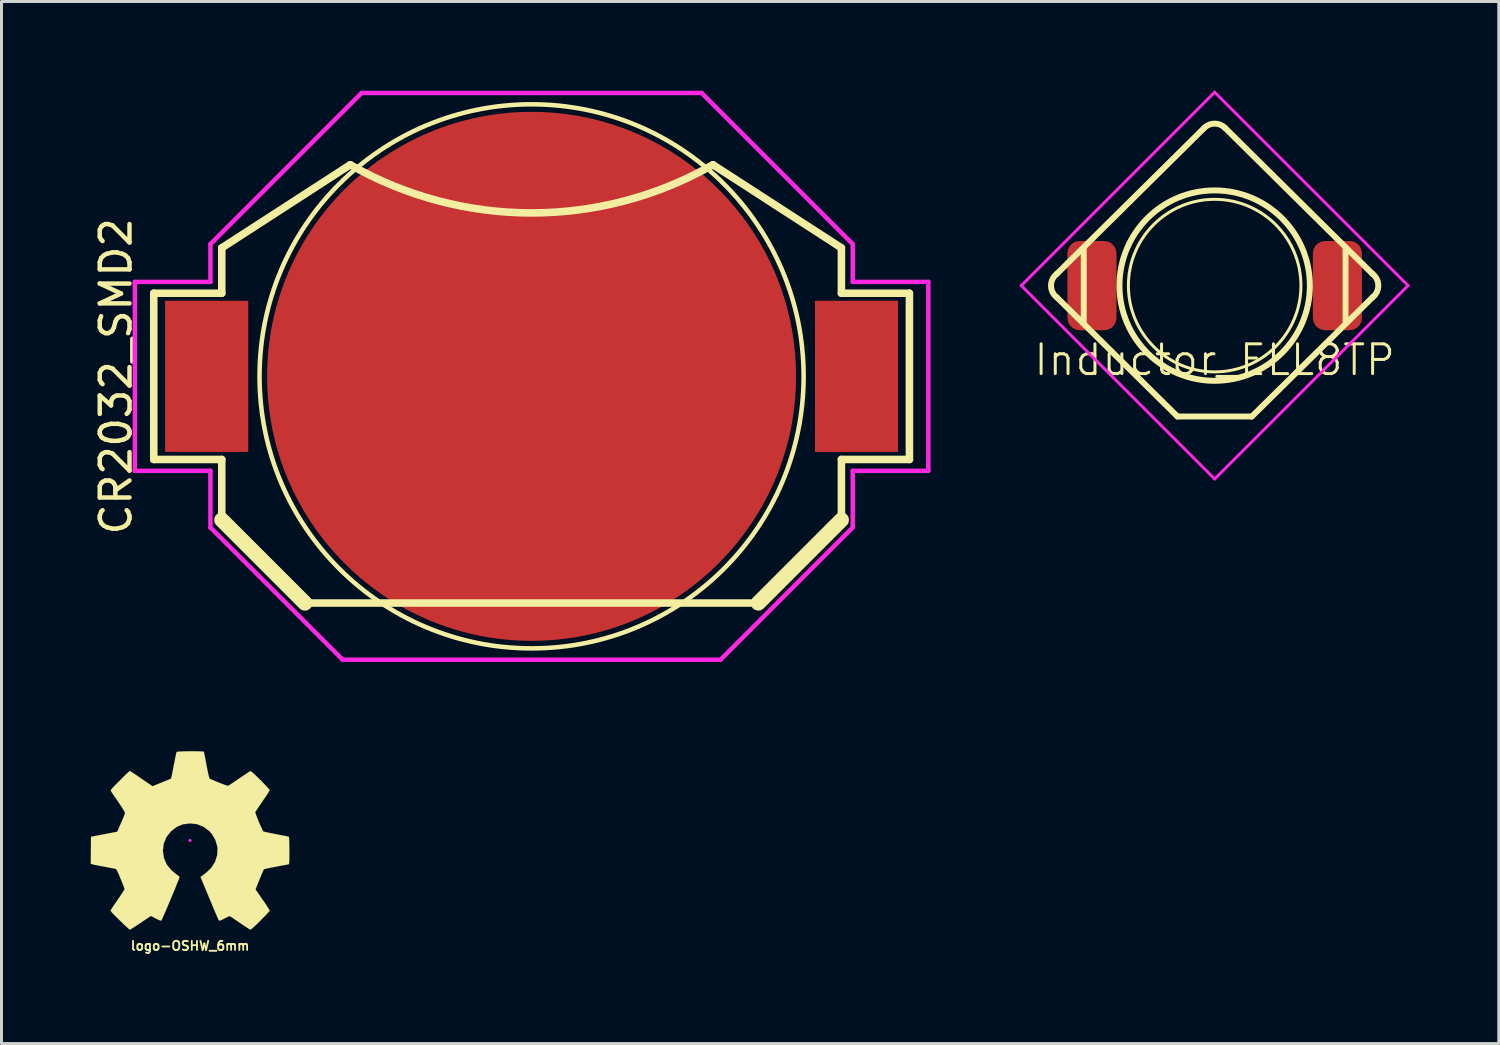
<source format=kicad_pcb>
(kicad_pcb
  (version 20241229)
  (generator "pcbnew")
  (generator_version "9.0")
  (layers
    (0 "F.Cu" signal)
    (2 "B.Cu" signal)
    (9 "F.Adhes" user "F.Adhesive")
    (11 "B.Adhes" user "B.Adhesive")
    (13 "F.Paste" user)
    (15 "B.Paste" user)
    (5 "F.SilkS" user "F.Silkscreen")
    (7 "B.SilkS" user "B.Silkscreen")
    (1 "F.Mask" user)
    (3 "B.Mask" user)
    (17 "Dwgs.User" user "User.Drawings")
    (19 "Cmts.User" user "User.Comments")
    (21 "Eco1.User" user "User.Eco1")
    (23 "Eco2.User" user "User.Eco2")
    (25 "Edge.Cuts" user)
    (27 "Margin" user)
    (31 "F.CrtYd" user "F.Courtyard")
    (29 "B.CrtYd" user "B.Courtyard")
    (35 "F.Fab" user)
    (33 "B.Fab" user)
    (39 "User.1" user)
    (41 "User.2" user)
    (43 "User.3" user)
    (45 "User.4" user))
  (footprint "CR2032_SMD2"
    (layer "F.Cu")
    (at 14.818 9.6)
    (property "Reference" "CR2032_SMD2" (at -13.97 0 90) (layer "F.SilkS") (effects (font (size 1 1) (thickness 0.15))))
    (attr smd)
    (fp_line (start -12.7 -2.794) (end -10.414 -2.794) (stroke (width 0.254) (type solid)) (layer "F.SilkS"))
    (fp_line (start -12.7 2.794) (end -12.7 -2.794) (stroke (width 0.254) (type solid)) (layer "F.SilkS"))
    (fp_line (start -10.414 -4.318) (end -6.096 -7.112) (stroke (width 0.254) (type solid)) (layer "F.SilkS"))
    (fp_line (start -10.414 -2.794) (end -10.414 -4.318) (stroke (width 0.254) (type solid)) (layer "F.SilkS"))
    (fp_line (start -10.414 2.794) (end -12.7 2.794) (stroke (width 0.254) (type solid)) (layer "F.SilkS"))
    (fp_line (start -10.414 4.826) (end -10.414 2.794) (stroke (width 0.254) (type solid)) (layer "F.SilkS"))
    (fp_line (start -7.62 7.62) (end -10.414 4.826) (stroke (width 0.508) (type solid)) (layer "F.SilkS"))
    (fp_line (start 7.62 7.62) (end -7.62 7.62) (stroke (width 0.254) (type solid)) (layer "F.SilkS"))
    (fp_line (start 7.62 7.62) (end 10.414 4.826) (stroke (width 0.508) (type solid)) (layer "F.SilkS"))
    (fp_line (start 10.414 -4.318) (end 6.096 -7.112) (stroke (width 0.254) (type solid)) (layer "F.SilkS"))
    (fp_line (start 10.414 -2.794) (end 10.414 -4.318) (stroke (width 0.254) (type solid)) (layer "F.SilkS"))
    (fp_line (start 10.414 2.794) (end 10.414 4.826) (stroke (width 0.254) (type solid)) (layer "F.SilkS"))
    (fp_line (start 10.414 2.794) (end 12.7 2.794) (stroke (width 0.254) (type solid)) (layer "F.SilkS"))
    (fp_line (start 12.7 -2.794) (end 10.414 -2.794) (stroke (width 0.254) (type solid)) (layer "F.SilkS"))
    (fp_line (start 12.7 2.794) (end 12.7 -2.794) (stroke (width 0.254) (type solid)) (layer "F.SilkS"))
    (fp_arc (start 6.096 -7.112) (mid 0 -5.493119) (end -6.096 -7.112) (stroke (width 0.254) (type solid)) (layer "F.SilkS"))
    (fp_circle (center 0 0) (end 0 -9.144) (stroke (width 0.152) (type solid)) (fill no) (layer "F.SilkS"))
    (fp_line (start -13.335 -3.175) (end -13.335 3.175) (stroke (width 0.15) (type solid)) (layer "F.CrtYd"))
    (fp_line (start -13.335 3.175) (end -10.795 3.175) (stroke (width 0.15) (type solid)) (layer "F.CrtYd"))
    (fp_line (start -10.795 -3.175) (end -13.335 -3.175) (stroke (width 0.15) (type solid)) (layer "F.CrtYd"))
    (fp_line (start -10.795 -3.175) (end -10.795 -4.445) (stroke (width 0.15) (type solid)) (layer "F.CrtYd"))
    (fp_line (start -10.795 3.175) (end -10.795 5.08) (stroke (width 0.15) (type solid)) (layer "F.CrtYd"))
    (fp_line (start -10.795 5.08) (end -6.35 9.525) (stroke (width 0.15) (type solid)) (layer "F.CrtYd"))
    (fp_line (start -6.35 9.525) (end 6.35 9.525) (stroke (width 0.15) (type solid)) (layer "F.CrtYd"))
    (fp_line (start -5.715 -9.525) (end -10.795 -4.445) (stroke (width 0.15) (type solid)) (layer "F.CrtYd"))
    (fp_line (start 5.715 -9.525) (end -5.715 -9.525) (stroke (width 0.15) (type solid)) (layer "F.CrtYd"))
    (fp_line (start 6.35 9.525) (end 10.795 5.08) (stroke (width 0.15) (type solid)) (layer "F.CrtYd"))
    (fp_line (start 10.795 -4.445) (end 5.715 -9.525) (stroke (width 0.15) (type solid)) (layer "F.CrtYd"))
    (fp_line (start 10.795 -3.175) (end 10.795 -4.445) (stroke (width 0.15) (type solid)) (layer "F.CrtYd"))
    (fp_line (start 10.795 3.175) (end 13.335 3.175) (stroke (width 0.15) (type solid)) (layer "F.CrtYd"))
    (fp_line (start 10.795 5.08) (end 10.795 3.175) (stroke (width 0.15) (type solid)) (layer "F.CrtYd"))
    (fp_line (start 13.335 -3.175) (end 10.795 -3.175) (stroke (width 0.15) (type solid)) (layer "F.CrtYd"))
    (fp_line (start 13.335 3.175) (end 13.335 -3.175) (stroke (width 0.15) (type solid)) (layer "F.CrtYd"))
    (pad "1" smd rect (at -10.922 0) (size 2.794 5.08) (layers "F.Cu" "F.Mask" "F.Paste"))
    (pad "1" smd rect (at 10.922 0) (size 2.794 5.08) (layers "F.Cu" "F.Mask" "F.Paste"))
    (pad "2" smd circle (at 0 0) (size 17.78 17.78) (layers "F.Cu" "F.Mask" "F.Paste")))
  (footprint "logo-OSHW_6mm"
    (layer "F.Cu")
    (at 3.339 25.201)
    (property "Reference" "logo-OSHW_6mm" (at 0 3.541 0) (layer "F.SilkS") (effects (font (size 0.305 0.305) (thickness 0.061))))
    (attr through_hole)
    (fp_poly (pts (xy -2.024 3) (xy -1.989 2.979) (xy -1.91 2.931) (xy -1.798 2.857) (xy -1.666 2.771) (xy -1.534 2.68) (xy -1.425 2.609) (xy -1.349 2.558) (xy -1.318 2.54) (xy -1.3 2.548) (xy -1.237 2.578) (xy -1.148 2.624) (xy -1.095 2.652) (xy -1.011 2.687) (xy -0.968 2.695) (xy -0.963 2.685) (xy -0.932 2.621) (xy -0.884 2.512) (xy -0.82 2.367) (xy -0.747 2.197) (xy -0.671 2.014) (xy -0.592 1.829) (xy -0.518 1.651) (xy -0.455 1.491) (xy -0.401 1.359) (xy -0.366 1.27) (xy -0.353 1.232) (xy -0.358 1.222) (xy -0.399 1.181) (xy -0.472 1.128) (xy -0.63 0.998) (xy -0.787 0.805) (xy -0.881 0.584) (xy -0.914 0.338) (xy -0.886 0.109) (xy -0.798 -0.109) (xy -0.645 -0.305) (xy -0.46 -0.452) (xy -0.244 -0.544) (xy 0 -0.574) (xy 0.231 -0.549) (xy 0.455 -0.46) (xy 0.653 -0.31) (xy 0.737 -0.213) (xy 0.851 -0.015) (xy 0.914 0.198) (xy 0.922 0.254) (xy 0.912 0.488) (xy 0.843 0.711) (xy 0.719 0.912) (xy 0.549 1.077) (xy 0.526 1.092) (xy 0.447 1.153) (xy 0.394 1.194) (xy 0.351 1.227) (xy 0.65 1.946) (xy 0.699 2.06) (xy 0.78 2.258) (xy 0.851 2.426) (xy 0.909 2.56) (xy 0.95 2.652) (xy 0.968 2.687) (xy 0.968 2.69) (xy 0.996 2.695) (xy 1.049 2.675) (xy 1.151 2.626) (xy 1.217 2.591) (xy 1.293 2.555) (xy 1.328 2.54) (xy 1.356 2.558) (xy 1.43 2.603) (xy 1.537 2.675) (xy 1.666 2.764) (xy 1.788 2.847) (xy 1.9 2.921) (xy 1.981 2.974) (xy 2.022 2.995) (xy 2.027 2.995) (xy 2.062 2.974) (xy 2.129 2.921) (xy 2.225 2.83) (xy 2.365 2.692) (xy 2.385 2.67) (xy 2.499 2.555) (xy 2.591 2.459) (xy 2.654 2.388) (xy 2.677 2.357) (xy 2.657 2.319) (xy 2.603 2.235) (xy 2.53 2.121) (xy 2.438 1.989) (xy 2.2 1.643) (xy 2.332 1.316) (xy 2.372 1.217) (xy 2.423 1.095) (xy 2.461 1.008) (xy 2.479 0.97) (xy 2.515 0.958) (xy 2.603 0.937) (xy 2.733 0.909) (xy 2.888 0.881) (xy 3.035 0.853) (xy 3.167 0.828) (xy 3.264 0.81) (xy 3.307 0.803) (xy 3.317 0.795) (xy 3.327 0.775) (xy 3.332 0.729) (xy 3.335 0.648) (xy 3.338 0.521) (xy 3.338 0.338) (xy 3.338 0.318) (xy 3.335 0.142) (xy 3.332 0.003) (xy 3.327 -0.089) (xy 3.322 -0.124) (xy 3.279 -0.135) (xy 3.185 -0.155) (xy 3.053 -0.18) (xy 2.896 -0.211) (xy 2.885 -0.213) (xy 2.728 -0.244) (xy 2.593 -0.272) (xy 2.502 -0.292) (xy 2.464 -0.305) (xy 2.454 -0.315) (xy 2.423 -0.378) (xy 2.377 -0.475) (xy 2.324 -0.594) (xy 2.273 -0.719) (xy 2.23 -0.831) (xy 2.2 -0.914) (xy 2.189 -0.953) (xy 2.215 -0.991) (xy 2.268 -1.072) (xy 2.344 -1.186) (xy 2.438 -1.321) (xy 2.443 -1.331) (xy 2.535 -1.463) (xy 2.609 -1.577) (xy 2.657 -1.659) (xy 2.677 -1.694) (xy 2.675 -1.697) (xy 2.647 -1.735) (xy 2.578 -1.811) (xy 2.482 -1.913) (xy 2.365 -2.032) (xy 2.327 -2.068) (xy 2.197 -2.195) (xy 2.106 -2.278) (xy 2.05 -2.322) (xy 2.024 -2.332) (xy 2.022 -2.332) (xy 1.981 -2.306) (xy 1.897 -2.25) (xy 1.783 -2.174) (xy 1.648 -2.083) (xy 1.638 -2.075) (xy 1.506 -1.984) (xy 1.394 -1.91) (xy 1.316 -1.857) (xy 1.28 -1.836) (xy 1.275 -1.836) (xy 1.219 -1.852) (xy 1.125 -1.885) (xy 1.008 -1.93) (xy 0.884 -1.981) (xy 0.772 -2.027) (xy 0.688 -2.065) (xy 0.65 -2.088) (xy 0.648 -2.09) (xy 0.635 -2.139) (xy 0.612 -2.238) (xy 0.582 -2.375) (xy 0.551 -2.54) (xy 0.546 -2.565) (xy 0.516 -2.725) (xy 0.49 -2.855) (xy 0.472 -2.946) (xy 0.462 -2.985) (xy 0.439 -2.99) (xy 0.363 -2.995) (xy 0.244 -2.997) (xy 0.102 -3) (xy -0.051 -3) (xy -0.198 -2.995) (xy -0.323 -2.992) (xy -0.414 -2.985) (xy -0.452 -2.977) (xy -0.452 -2.974) (xy -0.467 -2.926) (xy -0.488 -2.827) (xy -0.516 -2.687) (xy -0.549 -2.525) (xy -0.554 -2.494) (xy -0.584 -2.337) (xy -0.61 -2.207) (xy -0.63 -2.116) (xy -0.64 -2.08) (xy -0.653 -2.073) (xy -0.719 -2.045) (xy -0.826 -2.002) (xy -0.958 -1.948) (xy -1.262 -1.824) (xy -1.638 -2.08) (xy -1.671 -2.103) (xy -1.806 -2.197) (xy -1.918 -2.271) (xy -1.994 -2.319) (xy -2.027 -2.337) (xy -2.029 -2.337) (xy -2.068 -2.304) (xy -2.141 -2.235) (xy -2.243 -2.136) (xy -2.36 -2.017) (xy -2.449 -1.93) (xy -2.55 -1.826) (xy -2.616 -1.755) (xy -2.652 -1.709) (xy -2.664 -1.681) (xy -2.662 -1.664) (xy -2.637 -1.626) (xy -2.583 -1.542) (xy -2.504 -1.43) (xy -2.413 -1.295) (xy -2.339 -1.186) (xy -2.258 -1.059) (xy -2.205 -0.97) (xy -2.187 -0.927) (xy -2.192 -0.907) (xy -2.217 -0.836) (xy -2.261 -0.724) (xy -2.319 -0.592) (xy -2.449 -0.295) (xy -2.642 -0.257) (xy -2.761 -0.236) (xy -2.926 -0.203) (xy -3.084 -0.173) (xy -3.33 -0.124) (xy -3.338 0.78) (xy -3.299 0.795) (xy -3.264 0.805) (xy -3.172 0.826) (xy -3.043 0.851) (xy -2.888 0.879) (xy -2.758 0.904) (xy -2.626 0.93) (xy -2.53 0.947) (xy -2.489 0.958) (xy -2.479 0.97) (xy -2.446 1.034) (xy -2.398 1.135) (xy -2.347 1.257) (xy -2.294 1.384) (xy -2.248 1.501) (xy -2.215 1.59) (xy -2.202 1.638) (xy -2.22 1.671) (xy -2.271 1.75) (xy -2.342 1.859) (xy -2.433 1.991) (xy -2.522 2.121) (xy -2.598 2.235) (xy -2.649 2.314) (xy -2.672 2.352) (xy -2.662 2.377) (xy -2.609 2.441) (xy -2.51 2.543) (xy -2.362 2.687) (xy -2.339 2.71) (xy -2.223 2.824) (xy -2.123 2.916) (xy -2.055 2.977) (xy -2.024 3)) (stroke (width 0.003) (type solid)) (fill yes) (layer "F.SilkS"))
    (fp_circle (center 0 0) (end -0.03 0) (stroke (width 0.05) (type solid)) (fill no) (layer "F.CrtYd")))
  (footprint "Inductor_ELL8TP"
    (layer "F.Cu")
    (at 37.778 6.55)
    (property "Reference" "Inductor_ELL8TP" (at 0 2.5 0) (layer "F.SilkS") (effects (font (size 1 1) (thickness 0.1))))
    (attr through_hole)
    (fp_line (start -5.3 -0.4) (end -0.35 -5.3) (stroke (width 0.2) (type solid)) (layer "F.SilkS"))
    (fp_line (start -4.4 -1.25) (end -4.4 1.25) (stroke (width 0.2) (type solid)) (layer "F.SilkS"))
    (fp_line (start -1.25 4.4) (end -5.3 0.4) (stroke (width 0.2) (type solid)) (layer "F.SilkS"))
    (fp_line (start -1.25 4.4) (end 1.25 4.4) (stroke (width 0.2) (type solid)) (layer "F.SilkS"))
    (fp_line (start 0.35 -5.3) (end 5.3 -0.4) (stroke (width 0.2) (type solid)) (layer "F.SilkS"))
    (fp_line (start 4.4 -1.25) (end 4.4 1.25) (stroke (width 0.2) (type solid)) (layer "F.SilkS"))
    (fp_line (start 5.3 0.4) (end 1.25 4.4) (stroke (width 0.2) (type solid)) (layer "F.SilkS"))
    (fp_arc (start -5.3 0.4) (mid -5.5 0) (end -5.3 -0.4) (stroke (width 0.2) (type solid)) (layer "F.SilkS"))
    (fp_arc (start -0.349999 -5.299999) (mid 0 -5.444973) (end 0.349999 -5.299999) (stroke (width 0.2) (type solid)) (layer "F.SilkS"))
    (fp_arc (start 5.3 -0.4) (mid 5.5 0) (end 5.3 0.4) (stroke (width 0.2) (type solid)) (layer "F.SilkS"))
    (fp_circle (center 0 0) (end -3.2 0) (stroke (width 0.2) (type solid)) (fill no) (layer "F.SilkS"))
    (fp_circle (center 0 0) (end -2.9 0) (stroke (width 0.1) (type solid)) (fill no) (layer "F.SilkS"))
    (fp_line (start -6.5 0) (end 0 6.5) (stroke (width 0.1) (type solid)) (layer "F.CrtYd"))
    (fp_line (start 0 -6.5) (end -6.5 0) (stroke (width 0.1) (type solid)) (layer "F.CrtYd"))
    (fp_line (start 0 6.5) (end 6.5 0) (stroke (width 0.1) (type solid)) (layer "F.CrtYd"))
    (fp_line (start 6.5 0) (end 0 -6.5) (stroke (width 0.1) (type solid)) (layer "F.CrtYd"))
    (pad "1" smd roundrect (at 4.125 0) (size 1.65 3) (layers "F.Cu" "F.Mask" "F.Paste") (roundrect_rratio 0.25))
    (pad "2" smd roundrect (at -4.125 0) (size 1.65 3) (layers "F.Cu" "F.Mask" "F.Paste") (roundrect_rratio 0.25)))
  (gr_rect
    (start -3 -3)
    (end 47.328 32.027)
    (stroke (width 0.1) (type default))
    (fill no)
    (layer "Edge.Cuts")))
</source>
